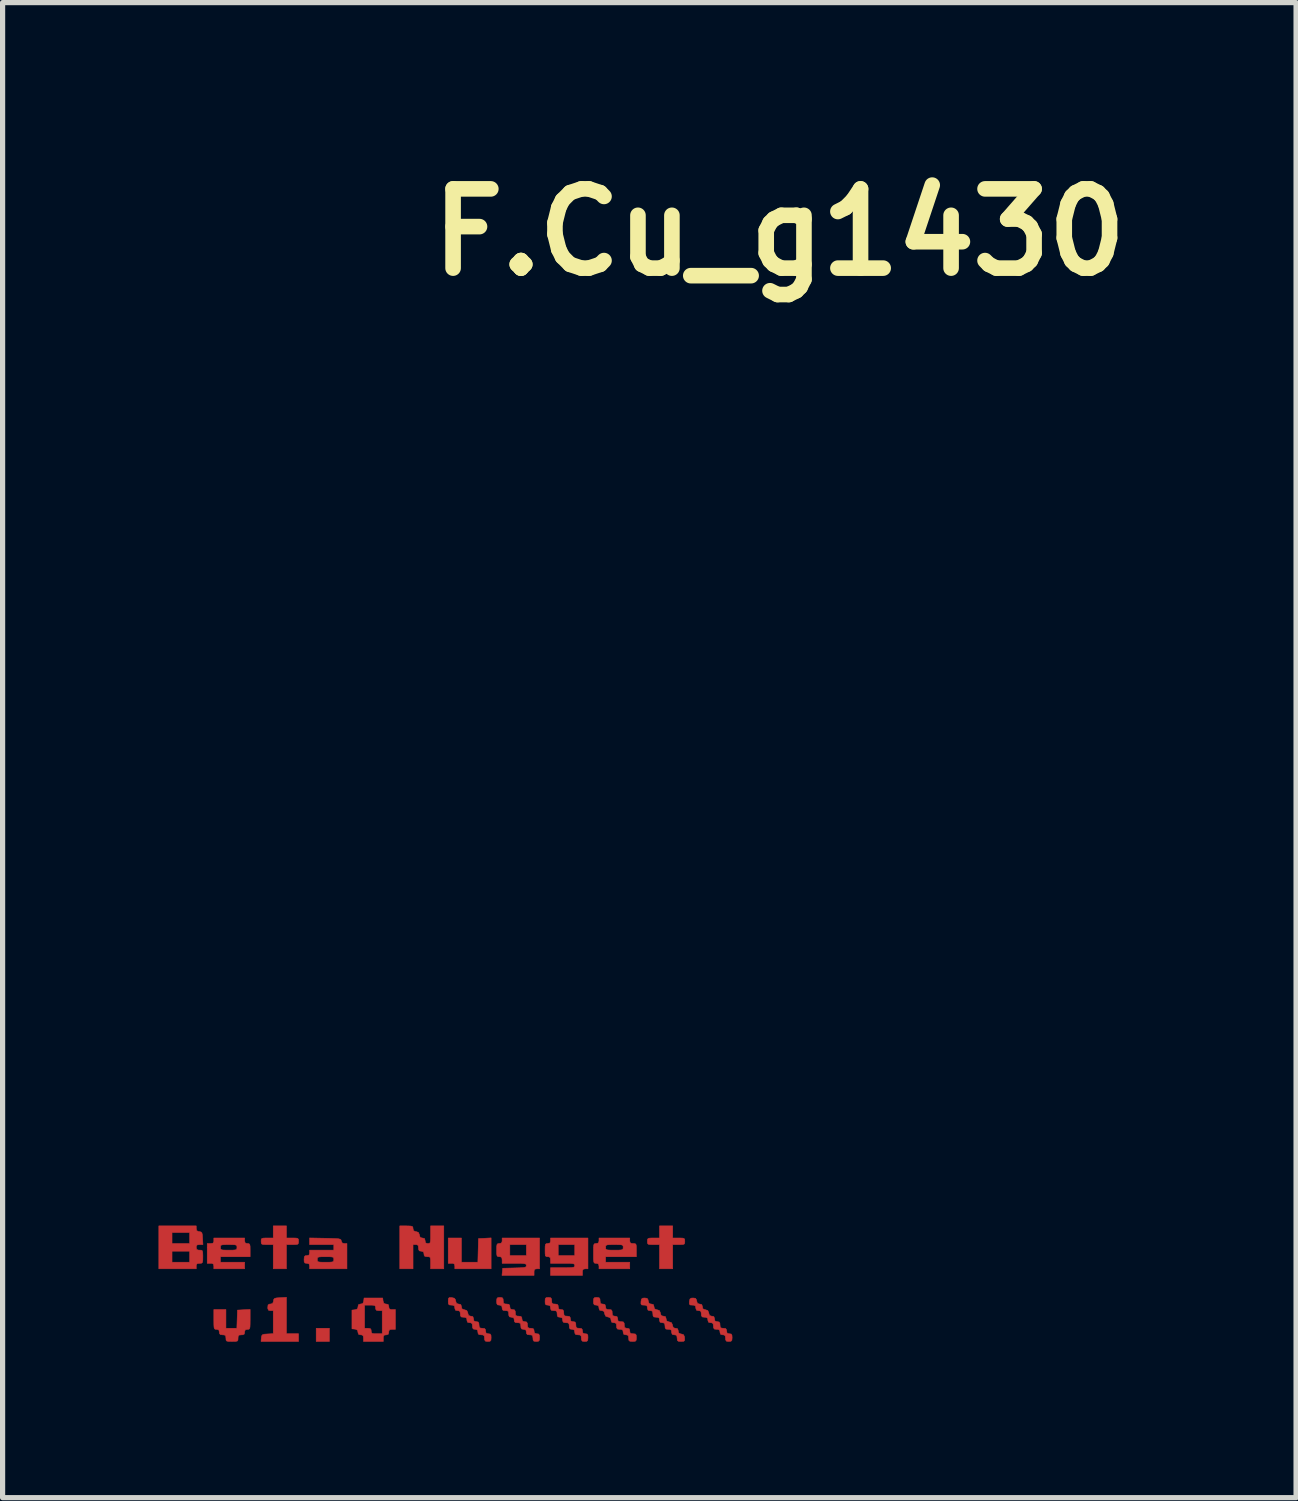
<source format=kicad_pcb>
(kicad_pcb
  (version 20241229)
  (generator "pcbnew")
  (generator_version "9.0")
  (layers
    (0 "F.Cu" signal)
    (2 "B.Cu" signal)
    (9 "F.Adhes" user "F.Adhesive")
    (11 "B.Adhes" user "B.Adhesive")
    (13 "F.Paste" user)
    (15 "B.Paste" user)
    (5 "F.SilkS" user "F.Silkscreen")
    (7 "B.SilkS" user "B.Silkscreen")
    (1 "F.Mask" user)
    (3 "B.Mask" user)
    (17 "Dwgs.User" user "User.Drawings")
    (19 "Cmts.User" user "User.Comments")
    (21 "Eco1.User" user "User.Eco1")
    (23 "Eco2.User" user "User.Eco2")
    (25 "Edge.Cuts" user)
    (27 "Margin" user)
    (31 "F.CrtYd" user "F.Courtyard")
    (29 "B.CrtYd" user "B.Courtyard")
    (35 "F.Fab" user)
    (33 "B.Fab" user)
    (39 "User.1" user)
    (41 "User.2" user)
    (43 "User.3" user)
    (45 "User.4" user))
  (footprint "F.Cu_g1430"
    (layer "F.Cu")
    (at 11.943 1.418)
    (property "Reference" "F.Cu_g1430" (at 0 0 0) (layer "F.SilkS") (effects (font (size 1.524 1.524) (thickness 0.3))))
    (attr through_hole)
    (fp_poly (pts (xy -8.657 21.336) (xy -8.911 21.336) (xy -8.911 21.082) (xy -8.657 21.082) (xy -8.657 21.336)) (stroke (width 0.01) (type solid)) (fill yes) (layer "F.Cu"))
    (fp_poly (pts (xy -5.546 19.939) (xy -6.244 19.939) (xy -6.244 19.886) (xy -6.251 19.848) (xy -6.28 19.834) (xy -6.308 19.833) (xy -6.371 19.833) (xy -6.371 19.346) (xy -6.117 19.346) (xy -6.117 19.812) (xy -5.801 19.812) (xy -5.795 19.584) (xy -5.789 19.357) (xy -5.667 19.351) (xy -5.546 19.344) (xy -5.546 19.939)) (stroke (width 0.01) (type solid)) (fill yes) (layer "F.Cu"))
    (fp_poly (pts (xy -9.483 21.188) (xy -9.25 21.188) (xy -9.25 21.336) (xy -9.972 21.336) (xy -9.966 21.267) (xy -9.959 21.227) (xy -9.943 21.206) (xy -9.906 21.196) (xy -9.848 21.192) (xy -9.737 21.186) (xy -9.737 20.743) (xy -9.79 20.743) (xy -9.827 20.736) (xy -9.841 20.707) (xy -9.842 20.68) (xy -9.837 20.634) (xy -9.813 20.618) (xy -9.791 20.616) (xy -9.751 20.607) (xy -9.734 20.57) (xy -9.733 20.558) (xy -9.726 20.525) (xy -9.708 20.507) (xy -9.669 20.498) (xy -9.604 20.494) (xy -9.483 20.487) (xy -9.483 21.188)) (stroke (width 0.01) (type solid)) (fill yes) (layer "F.Cu"))
    (fp_poly (pts (xy -9.483 19.346) (xy -9.366 19.346) (xy -9.3 19.347) (xy -9.265 19.354) (xy -9.252 19.373) (xy -9.25 19.409) (xy -9.25 19.41) (xy -9.252 19.446) (xy -9.265 19.465) (xy -9.299 19.472) (xy -9.364 19.473) (xy -9.483 19.473) (xy -9.483 19.939) (xy -9.737 19.939) (xy -9.737 19.473) (xy -9.853 19.473) (xy -9.92 19.472) (xy -9.954 19.465) (xy -9.967 19.447) (xy -9.97 19.411) (xy -9.97 19.41) (xy -9.968 19.374) (xy -9.955 19.355) (xy -9.921 19.347) (xy -9.855 19.346) (xy -9.737 19.346) (xy -9.737 19.113) (xy -9.483 19.113) (xy -9.483 19.346)) (stroke (width 0.01) (type solid)) (fill yes) (layer "F.Cu"))
    (fp_poly (pts (xy -2.053 19.346) (xy -1.937 19.346) (xy -1.87 19.347) (xy -1.836 19.354) (xy -1.822 19.373) (xy -1.82 19.409) (xy -1.82 19.41) (xy -1.822 19.446) (xy -1.835 19.465) (xy -1.869 19.472) (xy -1.935 19.473) (xy -2.053 19.473) (xy -2.053 19.939) (xy -2.307 19.939) (xy -2.307 19.473) (xy -2.424 19.473) (xy -2.49 19.472) (xy -2.525 19.465) (xy -2.538 19.447) (xy -2.54 19.411) (xy -2.54 19.41) (xy -2.538 19.374) (xy -2.525 19.355) (xy -2.491 19.347) (xy -2.425 19.346) (xy -2.307 19.346) (xy -2.307 19.113) (xy -2.053 19.113) (xy -2.053 19.346)) (stroke (width 0.01) (type solid)) (fill yes) (layer "F.Cu"))
    (fp_poly (pts (xy -11.218 19.165) (xy -11.209 19.205) (xy -11.172 19.222) (xy -11.16 19.223) (xy -11.127 19.23) (xy -11.109 19.248) (xy -11.1 19.287) (xy -11.096 19.352) (xy -11.089 19.473) (xy -11.154 19.473) (xy -11.2 19.479) (xy -11.217 19.502) (xy -11.218 19.526) (xy -11.211 19.564) (xy -11.182 19.578) (xy -11.155 19.579) (xy -11.12 19.581) (xy -11.101 19.592) (xy -11.093 19.624) (xy -11.091 19.686) (xy -11.091 19.706) (xy -11.092 19.776) (xy -11.098 19.814) (xy -11.114 19.83) (xy -11.145 19.833) (xy -11.155 19.833) (xy -11.2 19.839) (xy -11.217 19.863) (xy -11.218 19.886) (xy -11.218 19.939) (xy -11.938 19.939) (xy -11.938 19.6) (xy -11.684 19.6) (xy -11.684 19.812) (xy -11.345 19.812) (xy -11.345 19.6) (xy -11.684 19.6) (xy -11.938 19.6) (xy -11.938 19.241) (xy -11.684 19.241) (xy -11.684 19.452) (xy -11.345 19.452) (xy -11.345 19.241) (xy -11.684 19.241) (xy -11.938 19.241) (xy -11.938 19.113) (xy -11.218 19.113) (xy -11.218 19.165)) (stroke (width 0.01) (type solid)) (fill yes) (layer "F.Cu"))
    (fp_poly (pts (xy -10.181 20.912) (xy -10.182 21.002) (xy -10.184 21.058) (xy -10.192 21.089) (xy -10.206 21.101) (xy -10.229 21.103) (xy -10.234 21.103) (xy -10.274 21.112) (xy -10.287 21.146) (xy -10.287 21.156) (xy -10.294 21.194) (xy -10.323 21.208) (xy -10.351 21.209) (xy -10.395 21.214) (xy -10.412 21.239) (xy -10.414 21.273) (xy -10.416 21.309) (xy -10.429 21.328) (xy -10.463 21.335) (xy -10.529 21.336) (xy -10.53 21.336) (xy -10.597 21.335) (xy -10.632 21.328) (xy -10.645 21.309) (xy -10.647 21.273) (xy -10.647 21.273) (xy -10.652 21.228) (xy -10.677 21.211) (xy -10.71 21.209) (xy -10.756 21.203) (xy -10.772 21.179) (xy -10.774 21.156) (xy -10.783 21.116) (xy -10.817 21.103) (xy -10.827 21.103) (xy -10.852 21.102) (xy -10.867 21.092) (xy -10.876 21.065) (xy -10.879 21.014) (xy -10.88 20.929) (xy -10.88 20.913) (xy -10.88 20.722) (xy -10.647 20.722) (xy -10.647 21.082) (xy -10.437 21.082) (xy -10.425 20.733) (xy -10.303 20.726) (xy -10.181 20.72) (xy -10.181 20.912)) (stroke (width 0.01) (type solid)) (fill yes) (layer "F.Cu"))
    (fp_poly (pts (xy -3.683 19.939) (xy -3.736 19.939) (xy -3.774 19.946) (xy -3.788 19.975) (xy -3.789 20.003) (xy -3.789 20.066) (xy -4.403 20.066) (xy -4.403 19.918) (xy -4.17 19.918) (xy -4.068 19.917) (xy -4.001 19.915) (xy -3.962 19.909) (xy -3.943 19.899) (xy -3.937 19.883) (xy -3.937 19.875) (xy -3.94 19.857) (xy -3.953 19.845) (xy -3.983 19.838) (xy -4.038 19.834) (xy -4.126 19.833) (xy -4.17 19.833) (xy -4.403 19.833) (xy -4.403 19.77) (xy -4.408 19.724) (xy -4.433 19.708) (xy -4.456 19.706) (xy -4.485 19.703) (xy -4.501 19.689) (xy -4.507 19.652) (xy -4.508 19.584) (xy -4.508 19.579) (xy -4.507 19.509) (xy -4.502 19.473) (xy -4.255 19.473) (xy -4.255 19.685) (xy -3.937 19.685) (xy -3.937 19.473) (xy -4.255 19.473) (xy -4.502 19.473) (xy -4.501 19.471) (xy -4.486 19.455) (xy -4.457 19.452) (xy -4.456 19.452) (xy -4.415 19.443) (xy -4.403 19.409) (xy -4.403 19.399) (xy -4.403 19.346) (xy -3.683 19.346) (xy -3.683 19.939)) (stroke (width 0.01) (type solid)) (fill yes) (layer "F.Cu"))
    (fp_poly (pts (xy -4.614 19.939) (xy -4.667 19.939) (xy -4.705 19.946) (xy -4.719 19.975) (xy -4.72 20.003) (xy -4.72 20.066) (xy -5.337 20.066) (xy -5.33 19.997) (xy -5.323 19.928) (xy -5.096 19.922) (xy -4.995 19.919) (xy -4.929 19.915) (xy -4.891 19.908) (xy -4.873 19.897) (xy -4.868 19.88) (xy -4.868 19.875) (xy -4.871 19.857) (xy -4.885 19.845) (xy -4.916 19.838) (xy -4.972 19.834) (xy -5.061 19.833) (xy -5.101 19.833) (xy -5.334 19.833) (xy -5.334 19.77) (xy -5.34 19.724) (xy -5.364 19.708) (xy -5.387 19.706) (xy -5.416 19.703) (xy -5.432 19.689) (xy -5.439 19.652) (xy -5.44 19.584) (xy -5.44 19.579) (xy -5.439 19.509) (xy -5.433 19.473) (xy -5.186 19.473) (xy -5.186 19.685) (xy -4.868 19.685) (xy -4.868 19.473) (xy -5.186 19.473) (xy -5.433 19.473) (xy -5.433 19.471) (xy -5.417 19.455) (xy -5.389 19.452) (xy -5.387 19.452) (xy -5.347 19.443) (xy -5.334 19.409) (xy -5.334 19.399) (xy -5.334 19.346) (xy -4.614 19.346) (xy -4.614 19.939)) (stroke (width 0.01) (type solid)) (fill yes) (layer "F.Cu"))
    (fp_poly (pts (xy -10.287 19.399) (xy -10.278 19.44) (xy -10.244 19.452) (xy -10.234 19.452) (xy -10.205 19.455) (xy -10.189 19.47) (xy -10.182 19.506) (xy -10.181 19.575) (xy -10.181 19.579) (xy -10.181 19.706) (xy -10.753 19.706) (xy -10.753 19.812) (xy -10.287 19.812) (xy -10.287 19.939) (xy -10.88 19.939) (xy -10.88 19.886) (xy -10.887 19.848) (xy -10.916 19.834) (xy -10.943 19.833) (xy -11.007 19.833) (xy -11.007 19.526) (xy -10.753 19.526) (xy -10.751 19.553) (xy -10.739 19.569) (xy -10.708 19.577) (xy -10.65 19.579) (xy -10.594 19.579) (xy -10.513 19.579) (xy -10.466 19.575) (xy -10.443 19.564) (xy -10.436 19.545) (xy -10.435 19.526) (xy -10.437 19.499) (xy -10.449 19.484) (xy -10.48 19.476) (xy -10.538 19.474) (xy -10.594 19.473) (xy -10.675 19.474) (xy -10.722 19.478) (xy -10.745 19.488) (xy -10.752 19.508) (xy -10.753 19.526) (xy -11.007 19.526) (xy -11.007 19.452) (xy -10.943 19.452) (xy -10.898 19.446) (xy -10.881 19.422) (xy -10.88 19.399) (xy -10.88 19.346) (xy -10.287 19.346) (xy -10.287 19.399)) (stroke (width 0.01) (type solid)) (fill yes) (layer "F.Cu"))
    (fp_poly (pts (xy -7.105 19.115) (xy -7.067 19.121) (xy -7.052 19.136) (xy -7.048 19.164) (xy -7.048 19.165) (xy -7.039 19.205) (xy -7.002 19.222) (xy -6.99 19.223) (xy -6.945 19.238) (xy -6.927 19.278) (xy -6.925 19.288) (xy -6.912 19.332) (xy -6.877 19.346) (xy -6.867 19.346) (xy -6.828 19.355) (xy -6.816 19.391) (xy -6.816 19.399) (xy -6.807 19.44) (xy -6.773 19.452) (xy -6.763 19.452) (xy -6.737 19.45) (xy -6.721 19.439) (xy -6.713 19.41) (xy -6.71 19.354) (xy -6.71 19.283) (xy -6.71 19.113) (xy -6.456 19.113) (xy -6.456 19.939) (xy -6.71 19.939) (xy -6.71 19.823) (xy -6.711 19.756) (xy -6.718 19.721) (xy -6.736 19.708) (xy -6.772 19.706) (xy -6.773 19.706) (xy -6.819 19.7) (xy -6.835 19.676) (xy -6.837 19.653) (xy -6.846 19.613) (xy -6.88 19.601) (xy -6.89 19.6) (xy -6.928 19.593) (xy -6.941 19.564) (xy -6.943 19.537) (xy -6.948 19.491) (xy -6.973 19.475) (xy -6.996 19.473) (xy -7.048 19.473) (xy -7.048 19.939) (xy -7.303 19.939) (xy -7.303 19.113) (xy -7.176 19.113) (xy -7.105 19.115)) (stroke (width 0.01) (type solid)) (fill yes) (layer "F.Cu"))
    (fp_poly (pts (xy -8.737 19.351) (xy -8.618 19.354) (xy -8.535 19.357) (xy -8.482 19.361) (xy -8.451 19.369) (xy -8.435 19.38) (xy -8.429 19.397) (xy -8.428 19.405) (xy -8.409 19.443) (xy -8.37 19.452) (xy -8.319 19.452) (xy -8.319 19.939) (xy -9.038 19.939) (xy -9.038 19.886) (xy -9.047 19.846) (xy -9.081 19.833) (xy -9.091 19.833) (xy -9.127 19.828) (xy -9.142 19.803) (xy -9.144 19.759) (xy -8.89 19.759) (xy -8.888 19.786) (xy -8.876 19.802) (xy -8.845 19.809) (xy -8.787 19.812) (xy -8.731 19.812) (xy -8.651 19.811) (xy -8.603 19.807) (xy -8.58 19.797) (xy -8.573 19.778) (xy -8.572 19.759) (xy -8.574 19.732) (xy -8.586 19.716) (xy -8.617 19.709) (xy -8.675 19.706) (xy -8.731 19.706) (xy -8.812 19.707) (xy -8.859 19.711) (xy -8.882 19.721) (xy -8.889 19.74) (xy -8.89 19.759) (xy -9.144 19.759) (xy -9.14 19.709) (xy -9.122 19.688) (xy -9.091 19.685) (xy -9.051 19.676) (xy -9.038 19.642) (xy -9.038 19.632) (xy -9.038 19.579) (xy -8.572 19.579) (xy -8.572 19.473) (xy -9.038 19.473) (xy -9.038 19.345) (xy -8.737 19.351)) (stroke (width 0.01) (type solid)) (fill yes) (layer "F.Cu"))
    (fp_poly (pts (xy -2.879 19.399) (xy -2.872 19.437) (xy -2.843 19.451) (xy -2.815 19.452) (xy -2.78 19.454) (xy -2.761 19.465) (xy -2.753 19.497) (xy -2.752 19.559) (xy -2.752 19.579) (xy -2.752 19.706) (xy -3.344 19.706) (xy -3.344 19.812) (xy -2.879 19.812) (xy -2.879 19.939) (xy -3.471 19.939) (xy -3.471 19.886) (xy -3.48 19.846) (xy -3.514 19.833) (xy -3.524 19.833) (xy -3.549 19.832) (xy -3.565 19.822) (xy -3.573 19.795) (xy -3.577 19.744) (xy -3.577 19.659) (xy -3.577 19.643) (xy -3.577 19.552) (xy -3.575 19.526) (xy -3.344 19.526) (xy -3.343 19.552) (xy -3.331 19.568) (xy -3.302 19.576) (xy -3.246 19.579) (xy -3.175 19.579) (xy -3.091 19.579) (xy -3.041 19.575) (xy -3.016 19.566) (xy -3.007 19.549) (xy -3.006 19.526) (xy -3.007 19.5) (xy -3.019 19.484) (xy -3.048 19.476) (xy -3.104 19.474) (xy -3.175 19.473) (xy -3.259 19.474) (xy -3.309 19.477) (xy -3.334 19.487) (xy -3.343 19.504) (xy -3.344 19.526) (xy -3.575 19.526) (xy -3.574 19.496) (xy -3.567 19.467) (xy -3.552 19.454) (xy -3.529 19.452) (xy -3.524 19.452) (xy -3.484 19.443) (xy -3.472 19.409) (xy -3.471 19.399) (xy -3.471 19.346) (xy -2.879 19.346) (xy -2.879 19.399)) (stroke (width 0.01) (type solid)) (fill yes) (layer "F.Cu"))
    (fp_poly (pts (xy -7.624 20.558) (xy -7.61 20.602) (xy -7.576 20.616) (xy -7.566 20.616) (xy -7.526 20.625) (xy -7.514 20.661) (xy -7.514 20.669) (xy -7.507 20.707) (xy -7.478 20.721) (xy -7.451 20.722) (xy -7.387 20.722) (xy -7.387 21.103) (xy -7.451 21.103) (xy -7.496 21.109) (xy -7.513 21.133) (xy -7.514 21.156) (xy -7.523 21.196) (xy -7.557 21.209) (xy -7.567 21.209) (xy -7.605 21.216) (xy -7.619 21.245) (xy -7.62 21.273) (xy -7.62 21.336) (xy -8.001 21.336) (xy -8.001 21.273) (xy -8.007 21.227) (xy -8.031 21.211) (xy -8.054 21.209) (xy -8.094 21.2) (xy -8.107 21.166) (xy -8.107 21.157) (xy -8.117 21.118) (xy -8.154 21.101) (xy -8.165 21.099) (xy -8.223 21.093) (xy -8.223 20.733) (xy -8.165 20.726) (xy -8.121 20.712) (xy -8.107 20.678) (xy -8.107 20.668) (xy -8.1 20.637) (xy -7.98 20.637) (xy -7.98 21.082) (xy -7.916 21.082) (xy -7.871 21.088) (xy -7.854 21.112) (xy -7.853 21.135) (xy -7.849 21.166) (xy -7.832 21.182) (xy -7.789 21.187) (xy -7.747 21.188) (xy -7.641 21.188) (xy -7.641 20.743) (xy -7.705 20.743) (xy -7.75 20.738) (xy -7.767 20.713) (xy -7.768 20.69) (xy -7.772 20.659) (xy -7.789 20.643) (xy -7.832 20.638) (xy -7.874 20.637) (xy -7.98 20.637) (xy -8.1 20.637) (xy -8.097 20.628) (xy -8.061 20.616) (xy -8.055 20.616) (xy -8.015 20.607) (xy -7.999 20.57) (xy -7.997 20.558) (xy -7.99 20.5) (xy -7.631 20.5) (xy -7.624 20.558)) (stroke (width 0.01) (type solid)) (fill yes) (layer "F.Cu"))
    (fp_poly (pts (xy -5.331 20.495) (xy -5.315 20.519) (xy -5.313 20.553) (xy -5.308 20.598) (xy -5.283 20.614) (xy -5.249 20.616) (xy -5.204 20.622) (xy -5.187 20.646) (xy -5.186 20.669) (xy -5.177 20.71) (xy -5.143 20.722) (xy -5.133 20.722) (xy -5.095 20.729) (xy -5.081 20.758) (xy -5.08 20.786) (xy -5.075 20.831) (xy -5.05 20.847) (xy -5.016 20.849) (xy -4.971 20.855) (xy -4.955 20.879) (xy -4.953 20.902) (xy -4.944 20.942) (xy -4.91 20.955) (xy -4.9 20.955) (xy -4.862 20.962) (xy -4.848 20.991) (xy -4.847 21.018) (xy -4.842 21.063) (xy -4.817 21.08) (xy -4.784 21.082) (xy -4.738 21.088) (xy -4.722 21.112) (xy -4.72 21.135) (xy -4.711 21.175) (xy -4.677 21.188) (xy -4.667 21.188) (xy -4.631 21.193) (xy -4.617 21.218) (xy -4.614 21.262) (xy -4.618 21.312) (xy -4.636 21.332) (xy -4.678 21.336) (xy -4.723 21.331) (xy -4.739 21.306) (xy -4.741 21.273) (xy -4.747 21.228) (xy -4.771 21.211) (xy -4.805 21.209) (xy -4.85 21.203) (xy -4.867 21.179) (xy -4.868 21.156) (xy -4.877 21.116) (xy -4.911 21.103) (xy -4.921 21.103) (xy -4.959 21.096) (xy -4.973 21.067) (xy -4.974 21.04) (xy -4.979 20.995) (xy -5.004 20.978) (xy -5.038 20.976) (xy -5.083 20.97) (xy -5.1 20.946) (xy -5.101 20.923) (xy -5.11 20.883) (xy -5.144 20.871) (xy -5.154 20.87) (xy -5.192 20.863) (xy -5.206 20.834) (xy -5.207 20.807) (xy -5.212 20.762) (xy -5.237 20.745) (xy -5.271 20.743) (xy -5.316 20.738) (xy -5.332 20.713) (xy -5.334 20.69) (xy -5.343 20.65) (xy -5.377 20.638) (xy -5.387 20.637) (xy -5.423 20.632) (xy -5.437 20.607) (xy -5.44 20.563) (xy -5.436 20.514) (xy -5.418 20.493) (xy -5.376 20.489) (xy -5.331 20.495)) (stroke (width 0.01) (type solid)) (fill yes) (layer "F.Cu"))
    (fp_poly (pts (xy -4.4 20.495) (xy -4.383 20.519) (xy -4.381 20.553) (xy -4.376 20.598) (xy -4.352 20.614) (xy -4.318 20.616) (xy -4.273 20.622) (xy -4.256 20.646) (xy -4.255 20.669) (xy -4.246 20.71) (xy -4.211 20.722) (xy -4.202 20.722) (xy -4.164 20.729) (xy -4.15 20.758) (xy -4.149 20.786) (xy -4.143 20.831) (xy -4.119 20.847) (xy -4.085 20.849) (xy -4.04 20.855) (xy -4.023 20.879) (xy -4.022 20.902) (xy -4.013 20.942) (xy -3.979 20.955) (xy -3.969 20.955) (xy -3.931 20.962) (xy -3.917 20.991) (xy -3.916 21.018) (xy -3.911 21.063) (xy -3.886 21.08) (xy -3.852 21.082) (xy -3.807 21.088) (xy -3.79 21.112) (xy -3.789 21.135) (xy -3.78 21.175) (xy -3.746 21.188) (xy -3.736 21.188) (xy -3.7 21.193) (xy -3.685 21.218) (xy -3.683 21.262) (xy -3.687 21.312) (xy -3.704 21.332) (xy -3.747 21.336) (xy -3.791 21.331) (xy -3.808 21.306) (xy -3.81 21.273) (xy -3.815 21.228) (xy -3.84 21.211) (xy -3.873 21.209) (xy -3.919 21.203) (xy -3.935 21.179) (xy -3.937 21.156) (xy -3.946 21.116) (xy -3.98 21.103) (xy -3.99 21.103) (xy -4.028 21.096) (xy -4.042 21.067) (xy -4.043 21.04) (xy -4.048 20.995) (xy -4.073 20.978) (xy -4.106 20.976) (xy -4.152 20.97) (xy -4.168 20.946) (xy -4.17 20.923) (xy -4.179 20.883) (xy -4.213 20.871) (xy -4.223 20.87) (xy -4.261 20.863) (xy -4.274 20.834) (xy -4.276 20.807) (xy -4.281 20.762) (xy -4.306 20.745) (xy -4.339 20.743) (xy -4.385 20.738) (xy -4.401 20.713) (xy -4.403 20.69) (xy -4.411 20.65) (xy -4.446 20.638) (xy -4.456 20.637) (xy -4.491 20.632) (xy -4.506 20.607) (xy -4.508 20.563) (xy -4.505 20.514) (xy -4.487 20.493) (xy -4.445 20.489) (xy -4.4 20.495)) (stroke (width 0.01) (type solid)) (fill yes) (layer "F.Cu"))
    (fp_poly (pts (xy -1.615 20.506) (xy -1.596 20.534) (xy -1.591 20.558) (xy -1.578 20.602) (xy -1.543 20.616) (xy -1.533 20.616) (xy -1.494 20.626) (xy -1.482 20.662) (xy -1.482 20.668) (xy -1.472 20.708) (xy -1.435 20.724) (xy -1.423 20.726) (xy -1.378 20.741) (xy -1.36 20.781) (xy -1.359 20.791) (xy -1.345 20.835) (xy -1.31 20.849) (xy -1.3 20.849) (xy -1.261 20.858) (xy -1.249 20.894) (xy -1.249 20.902) (xy -1.24 20.942) (xy -1.206 20.955) (xy -1.196 20.955) (xy -1.158 20.962) (xy -1.144 20.991) (xy -1.143 21.018) (xy -1.138 21.063) (xy -1.113 21.08) (xy -1.079 21.082) (xy -1.034 21.088) (xy -1.018 21.112) (xy -1.016 21.135) (xy -1.007 21.175) (xy -0.973 21.188) (xy -0.963 21.188) (xy -0.927 21.193) (xy -0.913 21.218) (xy -0.91 21.262) (xy -0.914 21.312) (xy -0.932 21.332) (xy -0.974 21.336) (xy -1.019 21.331) (xy -1.035 21.306) (xy -1.037 21.273) (xy -1.043 21.227) (xy -1.067 21.211) (xy -1.09 21.209) (xy -1.13 21.2) (xy -1.143 21.166) (xy -1.143 21.156) (xy -1.15 21.118) (xy -1.179 21.104) (xy -1.206 21.103) (xy -1.251 21.098) (xy -1.268 21.073) (xy -1.27 21.04) (xy -1.276 20.994) (xy -1.3 20.978) (xy -1.323 20.976) (xy -1.363 20.967) (xy -1.376 20.933) (xy -1.376 20.923) (xy -1.383 20.885) (xy -1.412 20.872) (xy -1.439 20.87) (xy -1.484 20.865) (xy -1.501 20.84) (xy -1.503 20.807) (xy -1.509 20.761) (xy -1.533 20.745) (xy -1.556 20.743) (xy -1.596 20.735) (xy -1.608 20.7) (xy -1.609 20.69) (xy -1.615 20.653) (xy -1.644 20.639) (xy -1.674 20.637) (xy -1.718 20.634) (xy -1.733 20.613) (xy -1.732 20.569) (xy -1.722 20.521) (xy -1.697 20.503) (xy -1.662 20.5) (xy -1.615 20.506)) (stroke (width 0.01) (type solid)) (fill yes) (layer "F.Cu"))
    (fp_poly (pts (xy -3.469 20.495) (xy -3.452 20.519) (xy -3.45 20.553) (xy -3.444 20.598) (xy -3.42 20.615) (xy -3.397 20.616) (xy -3.357 20.625) (xy -3.345 20.659) (xy -3.344 20.669) (xy -3.337 20.707) (xy -3.308 20.721) (xy -3.281 20.722) (xy -3.236 20.727) (xy -3.219 20.752) (xy -3.217 20.786) (xy -3.212 20.831) (xy -3.187 20.848) (xy -3.164 20.849) (xy -3.124 20.858) (xy -3.112 20.892) (xy -3.111 20.902) (xy -3.105 20.94) (xy -3.076 20.954) (xy -3.048 20.955) (xy -3.003 20.96) (xy -2.986 20.985) (xy -2.985 21.018) (xy -2.979 21.064) (xy -2.955 21.08) (xy -2.932 21.082) (xy -2.891 21.091) (xy -2.879 21.125) (xy -2.879 21.135) (xy -2.872 21.173) (xy -2.843 21.187) (xy -2.815 21.188) (xy -2.773 21.192) (xy -2.755 21.213) (xy -2.752 21.262) (xy -2.755 21.312) (xy -2.773 21.332) (xy -2.82 21.336) (xy -2.826 21.336) (xy -2.876 21.332) (xy -2.896 21.315) (xy -2.9 21.273) (xy -2.906 21.227) (xy -2.93 21.211) (xy -2.953 21.209) (xy -2.993 21.2) (xy -3.005 21.166) (xy -3.006 21.156) (xy -3.013 21.118) (xy -3.042 21.104) (xy -3.069 21.103) (xy -3.114 21.098) (xy -3.131 21.073) (xy -3.133 21.04) (xy -3.138 20.994) (xy -3.163 20.978) (xy -3.186 20.976) (xy -3.226 20.967) (xy -3.238 20.933) (xy -3.239 20.925) (xy -3.248 20.885) (xy -3.285 20.868) (xy -3.297 20.866) (xy -3.342 20.851) (xy -3.36 20.811) (xy -3.362 20.802) (xy -3.375 20.758) (xy -3.41 20.744) (xy -3.42 20.743) (xy -3.459 20.734) (xy -3.471 20.699) (xy -3.471 20.69) (xy -3.48 20.65) (xy -3.514 20.638) (xy -3.524 20.637) (xy -3.56 20.632) (xy -3.575 20.607) (xy -3.577 20.563) (xy -3.574 20.514) (xy -3.556 20.493) (xy -3.514 20.489) (xy -3.469 20.495)) (stroke (width 0.01) (type solid)) (fill yes) (layer "F.Cu"))
    (fp_poly (pts (xy -6.302 20.493) (xy -6.253 20.504) (xy -6.232 20.532) (xy -6.227 20.558) (xy -6.213 20.602) (xy -6.179 20.616) (xy -6.169 20.616) (xy -6.129 20.626) (xy -6.117 20.662) (xy -6.117 20.668) (xy -6.107 20.708) (xy -6.07 20.724) (xy -6.059 20.726) (xy -6.014 20.741) (xy -5.995 20.781) (xy -5.994 20.791) (xy -5.98 20.835) (xy -5.946 20.849) (xy -5.936 20.849) (xy -5.897 20.858) (xy -5.885 20.894) (xy -5.884 20.902) (xy -5.876 20.942) (xy -5.841 20.955) (xy -5.831 20.955) (xy -5.794 20.962) (xy -5.78 20.991) (xy -5.779 21.018) (xy -5.773 21.063) (xy -5.749 21.08) (xy -5.715 21.082) (xy -5.67 21.088) (xy -5.653 21.112) (xy -5.652 21.135) (xy -5.643 21.175) (xy -5.608 21.188) (xy -5.599 21.188) (xy -5.563 21.193) (xy -5.548 21.218) (xy -5.546 21.262) (xy -5.549 21.312) (xy -5.567 21.332) (xy -5.609 21.336) (xy -5.654 21.331) (xy -5.671 21.306) (xy -5.673 21.273) (xy -5.678 21.228) (xy -5.703 21.211) (xy -5.736 21.209) (xy -5.782 21.203) (xy -5.798 21.179) (xy -5.8 21.156) (xy -5.808 21.116) (xy -5.843 21.103) (xy -5.853 21.103) (xy -5.89 21.096) (xy -5.904 21.067) (xy -5.905 21.04) (xy -5.911 20.994) (xy -5.935 20.978) (xy -5.958 20.976) (xy -5.999 20.967) (xy -6.011 20.933) (xy -6.011 20.923) (xy -6.018 20.885) (xy -6.047 20.872) (xy -6.075 20.87) (xy -6.12 20.865) (xy -6.136 20.84) (xy -6.138 20.807) (xy -6.144 20.761) (xy -6.168 20.745) (xy -6.191 20.743) (xy -6.232 20.735) (xy -6.244 20.7) (xy -6.244 20.69) (xy -6.251 20.653) (xy -6.28 20.639) (xy -6.308 20.637) (xy -6.35 20.633) (xy -6.368 20.613) (xy -6.371 20.563) (xy -6.371 20.562) (xy -6.368 20.512) (xy -6.352 20.493) (xy -6.311 20.492) (xy -6.302 20.493)) (stroke (width 0.01) (type solid)) (fill yes) (layer "F.Cu"))
    (fp_poly (pts (xy -2.546 20.506) (xy -2.527 20.534) (xy -2.523 20.558) (xy -2.509 20.602) (xy -2.475 20.616) (xy -2.465 20.616) (xy -2.425 20.626) (xy -2.413 20.662) (xy -2.413 20.668) (xy -2.403 20.708) (xy -2.366 20.724) (xy -2.355 20.726) (xy -2.309 20.741) (xy -2.291 20.781) (xy -2.29 20.791) (xy -2.276 20.835) (xy -2.242 20.849) (xy -2.232 20.849) (xy -2.192 20.859) (xy -2.18 20.895) (xy -2.18 20.901) (xy -2.17 20.941) (xy -2.133 20.957) (xy -2.122 20.959) (xy -2.077 20.974) (xy -2.058 21.014) (xy -2.057 21.024) (xy -2.043 21.068) (xy -2.009 21.082) (xy -1.999 21.082) (xy -1.959 21.091) (xy -1.947 21.127) (xy -1.947 21.134) (xy -1.938 21.173) (xy -1.901 21.19) (xy -1.889 21.192) (xy -1.847 21.204) (xy -1.829 21.237) (xy -1.824 21.267) (xy -1.823 21.313) (xy -1.839 21.332) (xy -1.884 21.336) (xy -1.893 21.336) (xy -1.943 21.333) (xy -1.964 21.315) (xy -1.968 21.273) (xy -1.968 21.273) (xy -1.974 21.227) (xy -1.998 21.211) (xy -2.021 21.209) (xy -2.062 21.2) (xy -2.074 21.166) (xy -2.074 21.156) (xy -2.081 21.118) (xy -2.11 21.104) (xy -2.138 21.103) (xy -2.183 21.098) (xy -2.199 21.073) (xy -2.201 21.04) (xy -2.207 20.994) (xy -2.231 20.978) (xy -2.254 20.976) (xy -2.295 20.967) (xy -2.307 20.933) (xy -2.307 20.923) (xy -2.314 20.885) (xy -2.343 20.872) (xy -2.371 20.87) (xy -2.416 20.865) (xy -2.432 20.84) (xy -2.434 20.807) (xy -2.44 20.761) (xy -2.464 20.745) (xy -2.487 20.743) (xy -2.527 20.735) (xy -2.54 20.7) (xy -2.54 20.69) (xy -2.547 20.653) (xy -2.575 20.639) (xy -2.605 20.637) (xy -2.649 20.634) (xy -2.664 20.613) (xy -2.663 20.569) (xy -2.654 20.521) (xy -2.629 20.503) (xy -2.593 20.5) (xy -2.546 20.506)) (stroke (width 0.01) (type solid)) (fill yes) (layer "F.Cu")))
  (gr_rect
    (start -3 -3)
    (end 21.881 25.759)
    (stroke (width 0.1) (type default))
    (fill no)
    (layer "Edge.Cuts")))
</source>
